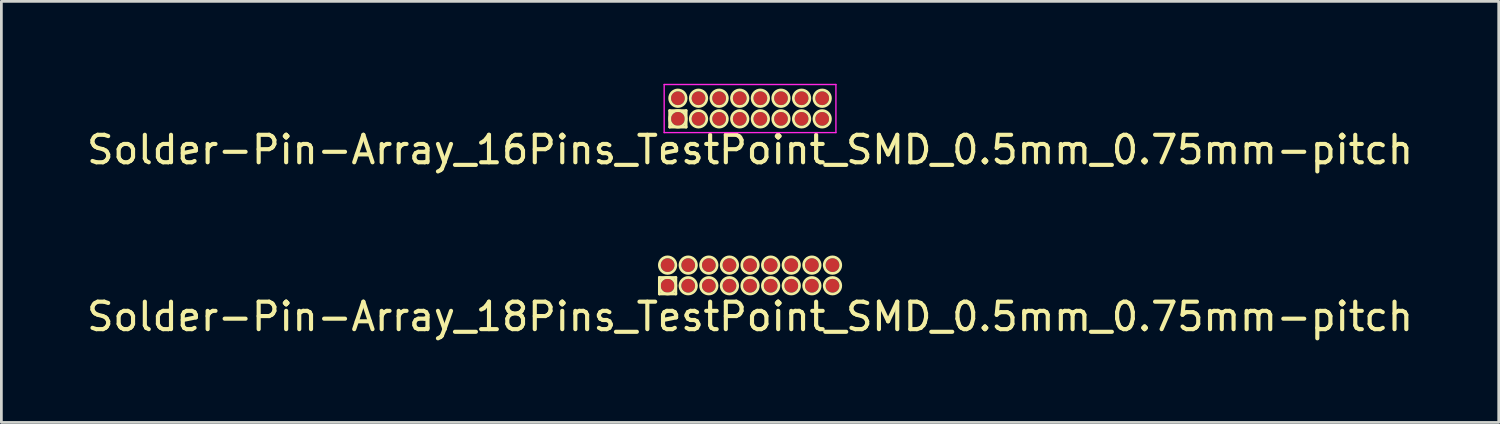
<source format=kicad_pcb>
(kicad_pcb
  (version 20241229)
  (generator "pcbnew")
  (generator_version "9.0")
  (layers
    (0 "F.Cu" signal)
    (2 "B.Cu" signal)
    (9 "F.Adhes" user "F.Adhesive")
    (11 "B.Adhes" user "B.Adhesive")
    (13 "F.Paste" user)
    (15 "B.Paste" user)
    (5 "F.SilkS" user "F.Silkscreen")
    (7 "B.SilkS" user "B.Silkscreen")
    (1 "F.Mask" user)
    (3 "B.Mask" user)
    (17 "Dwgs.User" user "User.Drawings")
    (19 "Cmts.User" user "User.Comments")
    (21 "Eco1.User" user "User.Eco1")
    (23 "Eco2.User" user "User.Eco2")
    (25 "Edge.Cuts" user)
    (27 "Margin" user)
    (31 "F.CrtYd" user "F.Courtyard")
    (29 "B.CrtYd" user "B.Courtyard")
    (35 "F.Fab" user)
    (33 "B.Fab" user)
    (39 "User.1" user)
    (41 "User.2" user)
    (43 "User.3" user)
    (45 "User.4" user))
  (footprint "Solder-Pin-Array_16Pins_TestPoint_SMD_0.5mm_0.75mm-pitch"
    (layer "F.Cu")
    (at 24.244 0.9)
    (property "Reference" "Solder-Pin-Array_16Pins_TestPoint_SMD_0.5mm_0.75mm-pitch" (at 0 1.5 0) (layer "F.SilkS") (effects (font (size 1 1) (thickness 0.15))))
    (attr through_hole)
    (fp_line (start -2.925 0.075) (end -2.325 0.075) (stroke (width 0.1) (type solid)) (layer "F.SilkS"))
    (fp_line (start -2.925 0.675) (end -2.925 0.075) (stroke (width 0.1) (type solid)) (layer "F.SilkS"))
    (fp_line (start -2.325 0.075) (end -2.325 0.675) (stroke (width 0.1) (type solid)) (layer "F.SilkS"))
    (fp_line (start -2.325 0.675) (end -2.925 0.675) (stroke (width 0.1) (type solid)) (layer "F.SilkS"))
    (fp_circle (center -2.625 -0.375) (end -2.325 -0.375) (stroke (width 0.1) (type solid)) (fill no) (layer "F.SilkS"))
    (fp_circle (center -2.625 0.375) (end -2.325 0.375) (stroke (width 0.1) (type solid)) (fill no) (layer "F.SilkS"))
    (fp_circle (center -1.875 -0.375) (end -1.575 -0.375) (stroke (width 0.1) (type solid)) (fill no) (layer "F.SilkS"))
    (fp_circle (center -1.875 0.375) (end -1.575 0.375) (stroke (width 0.1) (type solid)) (fill no) (layer "F.SilkS"))
    (fp_circle (center -1.125 -0.375) (end -0.825 -0.375) (stroke (width 0.1) (type solid)) (fill no) (layer "F.SilkS"))
    (fp_circle (center -1.125 0.375) (end -0.825 0.375) (stroke (width 0.1) (type solid)) (fill no) (layer "F.SilkS"))
    (fp_circle (center -0.375 -0.375) (end -0.075 -0.375) (stroke (width 0.1) (type solid)) (fill no) (layer "F.SilkS"))
    (fp_circle (center -0.375 0.375) (end -0.075 0.375) (stroke (width 0.1) (type solid)) (fill no) (layer "F.SilkS"))
    (fp_circle (center 0.375 -0.375) (end 0.675 -0.375) (stroke (width 0.1) (type solid)) (fill no) (layer "F.SilkS"))
    (fp_circle (center 0.375 0.375) (end 0.675 0.375) (stroke (width 0.1) (type solid)) (fill no) (layer "F.SilkS"))
    (fp_circle (center 1.125 -0.375) (end 1.425 -0.375) (stroke (width 0.1) (type solid)) (fill no) (layer "F.SilkS"))
    (fp_circle (center 1.125 0.375) (end 1.425 0.375) (stroke (width 0.1) (type solid)) (fill no) (layer "F.SilkS"))
    (fp_circle (center 1.875 -0.375) (end 2.175 -0.375) (stroke (width 0.1) (type solid)) (fill no) (layer "F.SilkS"))
    (fp_circle (center 1.875 0.375) (end 2.175 0.375) (stroke (width 0.1) (type solid)) (fill no) (layer "F.SilkS"))
    (fp_circle (center 2.625 -0.375) (end 2.925 -0.375) (stroke (width 0.1) (type solid)) (fill no) (layer "F.SilkS"))
    (fp_circle (center 2.625 0.375) (end 2.925 0.375) (stroke (width 0.1) (type solid)) (fill no) (layer "F.SilkS"))
    (fp_line (start -3.125 -0.875) (end -3.125 0.875) (stroke (width 0.05) (type solid)) (layer "F.CrtYd"))
    (fp_line (start -3.125 0.875) (end 3.125 0.875) (stroke (width 0.05) (type solid)) (layer "F.CrtYd"))
    (fp_line (start 3.125 -0.875) (end -3.125 -0.875) (stroke (width 0.05) (type solid)) (layer "F.CrtYd"))
    (fp_line (start 3.125 0.875) (end 3.125 -0.875) (stroke (width 0.05) (type solid)) (layer "F.CrtYd"))
    (pad "1" smd circle (at -2.625 0.375) (size 0.5 0.5) (layers "F.Cu" "F.Mask" "F.Paste"))
    (pad "2" smd circle (at -1.875 0.375) (size 0.5 0.5) (layers "F.Cu" "F.Mask" "F.Paste"))
    (pad "3" smd circle (at -1.125 0.375) (size 0.5 0.5) (layers "F.Cu" "F.Mask" "F.Paste"))
    (pad "4" smd circle (at -0.375 0.375) (size 0.5 0.5) (layers "F.Cu" "F.Mask" "F.Paste"))
    (pad "5" smd circle (at 0.375 0.375) (size 0.5 0.5) (layers "F.Cu" "F.Mask" "F.Paste"))
    (pad "6" smd circle (at 1.125 0.375) (size 0.5 0.5) (layers "F.Cu" "F.Mask" "F.Paste"))
    (pad "7" smd circle (at 1.875 0.375) (size 0.5 0.5) (layers "F.Cu" "F.Mask" "F.Paste"))
    (pad "8" smd circle (at 2.625 0.375) (size 0.5 0.5) (layers "F.Cu" "F.Mask" "F.Paste"))
    (pad "9" smd circle (at 2.625 -0.375) (size 0.5 0.5) (layers "F.Cu" "F.Mask" "F.Paste"))
    (pad "10" smd circle (at 1.875 -0.375) (size 0.5 0.5) (layers "F.Cu" "F.Mask" "F.Paste"))
    (pad "11" smd circle (at 1.125 -0.375) (size 0.5 0.5) (layers "F.Cu" "F.Mask" "F.Paste"))
    (pad "12" smd circle (at 0.375 -0.375) (size 0.5 0.5) (layers "F.Cu" "F.Mask" "F.Paste"))
    (pad "13" smd circle (at -0.375 -0.375) (size 0.5 0.5) (layers "F.Cu" "F.Mask" "F.Paste"))
    (pad "14" smd circle (at -1.125 -0.375) (size 0.5 0.5) (layers "F.Cu" "F.Mask" "F.Paste"))
    (pad "15" smd circle (at -1.875 -0.375) (size 0.5 0.5) (layers "F.Cu" "F.Mask" "F.Paste"))
    (pad "16" smd circle (at -2.625 -0.375) (size 0.5 0.5) (layers "F.Cu" "F.Mask" "F.Paste")))
  (footprint "Solder-Pin-Array_18Pins_TestPoint_SMD_0.5mm_0.75mm-pitch"
    (layer "F.Cu")
    (at 24.244 6.973)
    (property "Reference" "Solder-Pin-Array_18Pins_TestPoint_SMD_0.5mm_0.75mm-pitch" (at 0 1.5 0) (layer "F.SilkS") (effects (font (size 1 1) (thickness 0.15))))
    (attr through_hole)
    (fp_line (start -3.3 0.075) (end -2.7 0.075) (stroke (width 0.1) (type solid)) (layer "F.SilkS"))
    (fp_line (start -3.3 0.675) (end -3.3 0.075) (stroke (width 0.1) (type solid)) (layer "F.SilkS"))
    (fp_line (start -2.7 0.075) (end -2.7 0.675) (stroke (width 0.1) (type solid)) (layer "F.SilkS"))
    (fp_line (start -2.7 0.675) (end -3.3 0.675) (stroke (width 0.1) (type solid)) (layer "F.SilkS"))
    (fp_circle (center -3 -0.375) (end -2.7 -0.375) (stroke (width 0.1) (type solid)) (fill no) (layer "F.SilkS"))
    (fp_circle (center -3 0.375) (end -2.7 0.375) (stroke (width 0.1) (type solid)) (fill no) (layer "F.SilkS"))
    (fp_circle (center -2.25 -0.375) (end -1.95 -0.375) (stroke (width 0.1) (type solid)) (fill no) (layer "F.SilkS"))
    (fp_circle (center -2.25 0.375) (end -1.95 0.375) (stroke (width 0.1) (type solid)) (fill no) (layer "F.SilkS"))
    (fp_circle (center -1.5 -0.375) (end -1.2 -0.375) (stroke (width 0.1) (type solid)) (fill no) (layer "F.SilkS"))
    (fp_circle (center -1.5 0.375) (end -1.2 0.375) (stroke (width 0.1) (type solid)) (fill no) (layer "F.SilkS"))
    (fp_circle (center -0.75 -0.375) (end -0.45 -0.375) (stroke (width 0.1) (type solid)) (fill no) (layer "F.SilkS"))
    (fp_circle (center -0.75 0.375) (end -0.45 0.375) (stroke (width 0.1) (type solid)) (fill no) (layer "F.SilkS"))
    (fp_circle (center 0 -0.375) (end 0.3 -0.375) (stroke (width 0.1) (type solid)) (fill no) (layer "F.SilkS"))
    (fp_circle (center 0 0.375) (end 0.3 0.375) (stroke (width 0.1) (type solid)) (fill no) (layer "F.SilkS"))
    (fp_circle (center 0.75 -0.375) (end 1.05 -0.375) (stroke (width 0.1) (type solid)) (fill no) (layer "F.SilkS"))
    (fp_circle (center 0.75 0.375) (end 1.05 0.375) (stroke (width 0.1) (type solid)) (fill no) (layer "F.SilkS"))
    (fp_circle (center 1.5 -0.375) (end 1.8 -0.375) (stroke (width 0.1) (type solid)) (fill no) (layer "F.SilkS"))
    (fp_circle (center 1.5 0.375) (end 1.8 0.375) (stroke (width 0.1) (type solid)) (fill no) (layer "F.SilkS"))
    (fp_circle (center 2.25 -0.375) (end 2.55 -0.375) (stroke (width 0.1) (type solid)) (fill no) (layer "F.SilkS"))
    (fp_circle (center 2.25 0.375) (end 2.55 0.375) (stroke (width 0.1) (type solid)) (fill no) (layer "F.SilkS"))
    (fp_circle (center 3 -0.375) (end 3.3 -0.375) (stroke (width 0.1) (type solid)) (fill no) (layer "F.SilkS"))
    (fp_circle (center 3 0.375) (end 3.3 0.375) (stroke (width 0.1) (type solid)) (fill no) (layer "F.SilkS"))
    (pad "1" smd circle (at -3 0.375) (size 0.5 0.5) (layers "F.Cu" "F.Mask" "F.Paste"))
    (pad "2" smd circle (at -2.25 0.375) (size 0.5 0.5) (layers "F.Cu" "F.Mask" "F.Paste"))
    (pad "3" smd circle (at -1.5 0.375) (size 0.5 0.5) (layers "F.Cu" "F.Mask" "F.Paste"))
    (pad "4" smd circle (at -0.75 0.375) (size 0.5 0.5) (layers "F.Cu" "F.Mask" "F.Paste"))
    (pad "5" smd circle (at 0 0.375) (size 0.5 0.5) (layers "F.Cu" "F.Mask" "F.Paste"))
    (pad "6" smd circle (at 0.75 0.375) (size 0.5 0.5) (layers "F.Cu" "F.Mask" "F.Paste"))
    (pad "7" smd circle (at 1.5 0.375) (size 0.5 0.5) (layers "F.Cu" "F.Mask" "F.Paste"))
    (pad "8" smd circle (at 2.25 0.375) (size 0.5 0.5) (layers "F.Cu" "F.Mask" "F.Paste"))
    (pad "9" smd circle (at 3 0.375) (size 0.5 0.5) (layers "F.Cu" "F.Mask" "F.Paste"))
    (pad "10" smd circle (at 3 -0.375) (size 0.5 0.5) (layers "F.Cu" "F.Mask" "F.Paste"))
    (pad "11" smd circle (at 2.25 -0.375) (size 0.5 0.5) (layers "F.Cu" "F.Mask" "F.Paste"))
    (pad "12" smd circle (at 1.5 -0.375) (size 0.5 0.5) (layers "F.Cu" "F.Mask" "F.Paste"))
    (pad "13" smd circle (at 0.75 -0.375) (size 0.5 0.5) (layers "F.Cu" "F.Mask" "F.Paste"))
    (pad "14" smd circle (at 0 -0.375) (size 0.5 0.5) (layers "F.Cu" "F.Mask" "F.Paste"))
    (pad "15" smd circle (at -0.75 -0.375) (size 0.5 0.5) (layers "F.Cu" "F.Mask" "F.Paste"))
    (pad "16" smd circle (at -1.5 -0.375) (size 0.5 0.5) (layers "F.Cu" "F.Mask" "F.Paste"))
    (pad "17" smd circle (at -2.25 -0.375) (size 0.5 0.5) (layers "F.Cu" "F.Mask" "F.Paste"))
    (pad "18" smd circle (at -3 -0.375) (size 0.5 0.5) (layers "F.Cu" "F.Mask" "F.Paste")))
  (gr_rect
    (start -3 -3)
    (end 51.488 12.322)
    (stroke (width 0.1) (type default))
    (fill no)
    (layer "Edge.Cuts")))
</source>
